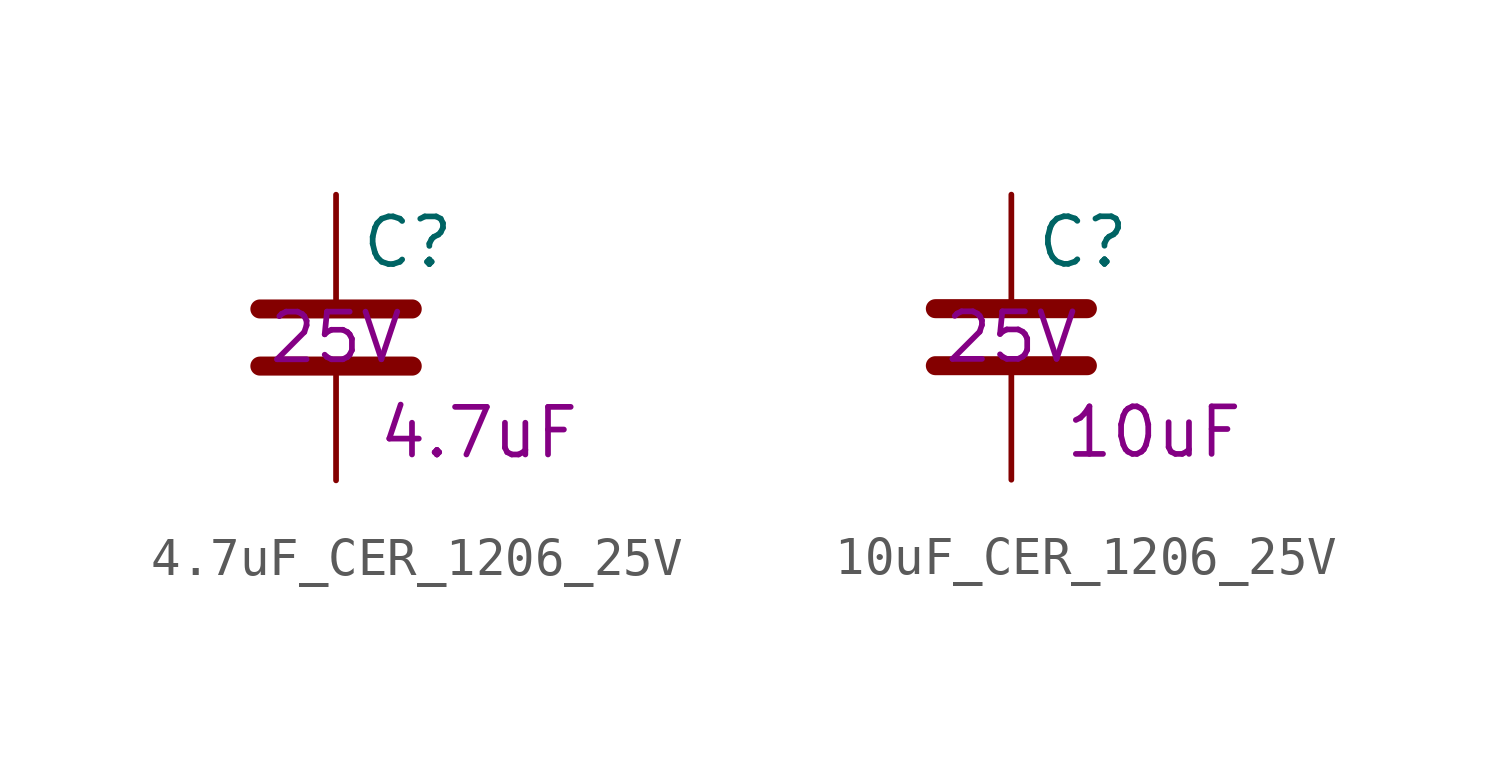
<source format=kicad_sym>
(kicad_symbol_lib
  (version 20211014)
  (generator kicad_symbol_editor)
  (symbol "4.7uF_CER_1206_25V"
    (pin_numbers hide)
    (pin_names
      (offset 0.254))
    (property "Reference" "C"
      (at 0.635 2.54 0)
      (effects (font (size 1.27 1.27)) (justify left)))
    (property "Capacitance" "4.7uF"
      (at 3.81 -2.54 0)
      (effects (font (size 1.27 1.27))))
    (property "Voltage Rating" "25V"
      (at 0 0 0)
      (effects (font (size 1.27 1.27))))
    (symbol "4.7uF_CER_1206_25V_0_1"
      (polyline (pts (xy -2.032 -0.762) (xy 2.032 -0.762)) (stroke (width 0.508) (type default) (color 0 0 0 0)) (fill (type none)))
      (polyline (pts (xy -2.032 0.762) (xy 2.032 0.762)) (stroke (width 0.508) (type default) (color 0 0 0 0)) (fill (type none))))
    (symbol "4.7uF_CER_1206_25V_1_1"
      (pin passive line (at 0 3.81 270) (length 2.794) (name "~" (effects (font (size 1.27 1.27)))) (number "1" (effects (font (size 1.27 1.27)))))
      (pin passive line (at 0 -3.81 90) (length 2.794) (name "~" (effects (font (size 1.27 1.27)))) (number "2" (effects (font (size 1.27 1.27)))))))
  (symbol "10uF_CER_1206_25V"
    (pin_numbers hide)
    (pin_names
      (offset 0.254))
    (property "Reference" "C"
      (at 0.635 2.54 0)
      (effects (font (size 1.27 1.27)) (justify left)))
    (property "Capacitance" "10uF"
      (at 3.81 -2.54 0)
      (effects (font (size 1.27 1.27))))
    (property "Voltage Rating" "25V"
      (at 0 0 0)
      (effects (font (size 1.27 1.27))))
    (symbol "10uF_CER_1206_25V_0_1"
      (polyline (pts (xy -2.032 -0.762) (xy 2.032 -0.762)) (stroke (width 0.508) (type default) (color 0 0 0 0)) (fill (type none)))
      (polyline (pts (xy -2.032 0.762) (xy 2.032 0.762)) (stroke (width 0.508) (type default) (color 0 0 0 0)) (fill (type none))))
    (symbol "10uF_CER_1206_25V_1_1"
      (pin passive line (at 0 3.81 270) (length 2.794) (name "~" (effects (font (size 1.27 1.27)))) (number "1" (effects (font (size 1.27 1.27)))))
      (pin passive line (at 0 -3.81 90) (length 2.794) (name "~" (effects (font (size 1.27 1.27)))) (number "2" (effects (font (size 1.27 1.27))))))))
</source>
